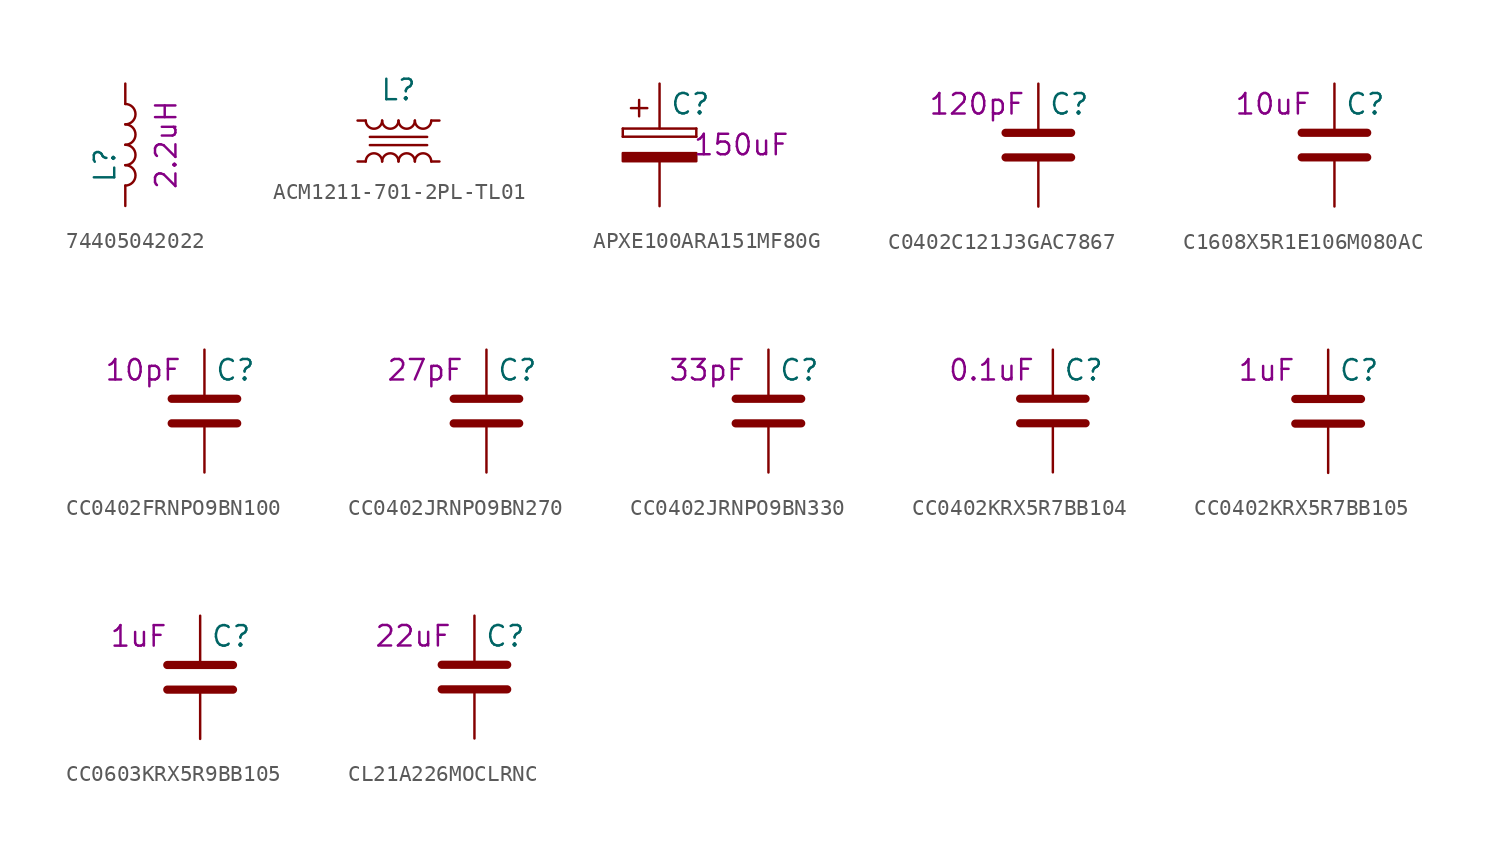
<source format=kicad_sym>
(kicad_symbol_lib
  (version 20201005)
  (generator kicad_symbol_editor)
  (symbol "mte_usb_hub:74405042022"
    (pin_numbers hide)
    (pin_names
      (offset 1.016) hide)
    (property "Reference" "L"
      (at -1.27 -1.27 90)
      (effects (font (size 1.27 1.27))))
    (property "id" "2.2uH"
      (at 2.54 0 90)
      (effects (font (size 1.27 1.27))))
    (symbol "74405042022_0_1"
      (arc (start 0 -2.54) (end 0 -1.27) (radius (at 0 -1.905) (length 0.635) (angles -89.9 89.9)) (stroke (width 0)) (fill (type none)))
      (arc (start 0 -1.27) (end 0 0) (radius (at 0 -0.635) (length 0.635) (angles -89.9 89.9)) (stroke (width 0)) (fill (type none)))
      (arc (start 0 0) (end 0 1.27) (radius (at 0 0.635) (length 0.635) (angles -89.9 89.9)) (stroke (width 0)) (fill (type none)))
      (arc (start 0 1.27) (end 0 2.54) (radius (at 0 1.905) (length 0.635) (angles -89.9 89.9)) (stroke (width 0)) (fill (type none))))
    (symbol "74405042022_1_1"
      (pin passive line (at 0 3.81 270) (length 1.27) (name "1" (effects (font (size 1.27 1.27)))) (number "1" (effects (font (size 1.27 1.27)))))
      (pin passive line (at 0 -3.81 90) (length 1.27) (name "2" (effects (font (size 1.27 1.27)))) (number "2" (effects (font (size 1.27 1.27)))))))
  (symbol "mte_usb_hub:ACM1211-701-2PL-TL01"
    (pin_numbers hide)
    (pin_names
      (offset 0.254) hide)
    (property "Reference" "L"
      (at 0 3.175 0)
      (effects (font (size 1.27 1.27))))
    (symbol "ACM1211-701-2PL-TL01_0_1"
      (arc (start -1.016 -1.27) (end -2.032 -1.27) (radius (at -1.524 -1.27) (length 0.508) (angles 0.1 179.9)) (stroke (width 0)) (fill (type none)))
      (arc (start -2.032 1.27) (end -1.016 1.27) (radius (at -1.524 1.27) (length 0.508) (angles -179.9 -0.1)) (stroke (width 0)) (fill (type none)))
      (arc (start 0 -1.27) (end -1.016 -1.27) (radius (at -0.508 -1.27) (length 0.508) (angles 0.1 179.9)) (stroke (width 0)) (fill (type none)))
      (arc (start -1.016 1.27) (end 0 1.27) (radius (at -0.508 1.27) (length 0.508) (angles -179.9 -0.1)) (stroke (width 0)) (fill (type none)))
      (arc (start 1.016 -1.27) (end 0 -1.27) (radius (at 0.508 -1.27) (length 0.508) (angles 0.1 179.9)) (stroke (width 0)) (fill (type none)))
      (arc (start 0 1.27) (end 1.016 1.27) (radius (at 0.508 1.27) (length 0.508) (angles -179.9 -0.1)) (stroke (width 0)) (fill (type none)))
      (arc (start 2.032 -1.27) (end 1.016 -1.27) (radius (at 1.524 -1.27) (length 0.508) (angles 0.1 179.9)) (stroke (width 0)) (fill (type none)))
      (arc (start 1.016 1.27) (end 2.032 1.27) (radius (at 1.524 1.27) (length 0.508) (angles -179.9 -0.1)) (stroke (width 0)) (fill (type none)))
      (polyline (pts (xy 1.778 -0.254) (xy -1.778 -0.254)) (stroke (width 0)) (fill (type none)))
      (polyline (pts (xy 1.778 0.254) (xy -1.778 0.254)) (stroke (width 0)) (fill (type none))))
    (symbol "ACM1211-701-2PL-TL01_1_1"
      (pin passive line (at -2.54 1.27 0) (length 0.508) (name "1" (effects (font (size 1.27 1.27)))) (number "1" (effects (font (size 1.27 1.27)))))
      (pin passive line (at -2.54 -1.27 0) (length 0.508) (name "2" (effects (font (size 1.27 1.27)))) (number "2" (effects (font (size 1.27 1.27)))))
      (pin passive line (at 2.54 -1.27 180) (length 0.508) (name "3" (effects (font (size 1.27 1.27)))) (number "3" (effects (font (size 1.27 1.27)))))
      (pin passive line (at 2.54 1.27 180) (length 0.508) (name "4" (effects (font (size 1.27 1.27)))) (number "4" (effects (font (size 1.27 1.27)))))))
  (symbol "mte_usb_hub:APXE100ARA151MF80G"
    (pin_numbers hide)
    (pin_names
      (offset 0.254))
    (property "Reference" "C"
      (at 0.635 2.54 0)
      (effects (font (size 1.27 1.27)) (justify left)))
    (property "id" "150uF"
      (at 5.08 0 0)
      (effects (font (size 1.27 1.27))))
    (symbol "APXE100ARA151MF80G_0_1"
      (rectangle (start -2.286 0.508) (end -2.286 1.016) (stroke (width 0)) (fill (type none)))
      (rectangle (start -2.286 0.508) (end 2.286 0.508) (stroke (width 0)) (fill (type none)))
      (rectangle (start 2.286 1.016) (end -2.286 1.016) (stroke (width 0)) (fill (type none)))
      (rectangle (start 2.286 1.016) (end 2.286 0.508) (stroke (width 0)) (fill (type none)))
      (rectangle (start 2.286 -0.508) (end -2.286 -1.016) (stroke (width 0)) (fill (type outline)))
      (polyline (pts (xy -1.778 2.286) (xy -0.762 2.286)) (stroke (width 0)) (fill (type none)))
      (polyline (pts (xy -1.27 2.794) (xy -1.27 1.778)) (stroke (width 0)) (fill (type none))))
    (symbol "APXE100ARA151MF80G_1_1"
      (pin passive line (at 0 3.81 270) (length 2.794) (name "~" (effects (font (size 1.27 1.27)))) (number "1" (effects (font (size 1.27 1.27)))))
      (pin passive line (at 0 -3.81 90) (length 2.794) (name "~" (effects (font (size 1.27 1.27)))) (number "2" (effects (font (size 1.27 1.27)))))))
  (symbol "mte_usb_hub:C0402C121J3GAC7867"
    (pin_numbers hide)
    (pin_names
      (offset 0.254))
    (property "Reference" "C"
      (at 0.635 2.54 0)
      (effects (font (size 1.27 1.27)) (justify left)))
    (property "id" "120pF"
      (at -3.81 2.54 0)
      (effects (font (size 1.27 1.27))))
    (symbol "C0402C121J3GAC7867_0_1"
      (polyline (pts (xy -2.032 -0.762) (xy 2.032 -0.762)) (stroke (width 0.508)) (fill (type none)))
      (polyline (pts (xy -2.032 0.762) (xy 2.032 0.762)) (stroke (width 0.508)) (fill (type none))))
    (symbol "C0402C121J3GAC7867_1_1"
      (pin passive line (at 0 3.81 270) (length 2.794) (name "~" (effects (font (size 1.27 1.27)))) (number "1" (effects (font (size 1.27 1.27)))))
      (pin passive line (at 0 -3.81 90) (length 2.794) (name "~" (effects (font (size 1.27 1.27)))) (number "2" (effects (font (size 1.27 1.27)))))))
  (symbol "mte_usb_hub:C1608X5R1E106M080AC"
    (pin_numbers hide)
    (pin_names
      (offset 0.254))
    (property "Reference" "C"
      (at 0.635 2.54 0)
      (effects (font (size 1.27 1.27)) (justify left)))
    (property "id" "10uF"
      (at -3.81 2.54 0)
      (effects (font (size 1.27 1.27))))
    (symbol "C1608X5R1E106M080AC_0_1"
      (polyline (pts (xy -2.032 -0.762) (xy 2.032 -0.762)) (stroke (width 0.508)) (fill (type none)))
      (polyline (pts (xy -2.032 0.762) (xy 2.032 0.762)) (stroke (width 0.508)) (fill (type none))))
    (symbol "C1608X5R1E106M080AC_1_1"
      (pin passive line (at 0 3.81 270) (length 2.794) (name "~" (effects (font (size 1.27 1.27)))) (number "1" (effects (font (size 1.27 1.27)))))
      (pin passive line (at 0 -3.81 90) (length 2.794) (name "~" (effects (font (size 1.27 1.27)))) (number "2" (effects (font (size 1.27 1.27)))))))
  (symbol "mte_usb_hub:CC0402FRNPO9BN100"
    (pin_numbers hide)
    (pin_names
      (offset 0.254))
    (property "Reference" "C"
      (at 0.635 2.54 0)
      (effects (font (size 1.27 1.27)) (justify left)))
    (property "id" "10pF"
      (at -3.81 2.54 0)
      (effects (font (size 1.27 1.27))))
    (symbol "CC0402FRNPO9BN100_0_1"
      (polyline (pts (xy -2.032 -0.762) (xy 2.032 -0.762)) (stroke (width 0.508)) (fill (type none)))
      (polyline (pts (xy -2.032 0.762) (xy 2.032 0.762)) (stroke (width 0.508)) (fill (type none))))
    (symbol "CC0402FRNPO9BN100_1_1"
      (pin passive line (at 0 3.81 270) (length 2.794) (name "~" (effects (font (size 1.27 1.27)))) (number "1" (effects (font (size 1.27 1.27)))))
      (pin passive line (at 0 -3.81 90) (length 2.794) (name "~" (effects (font (size 1.27 1.27)))) (number "2" (effects (font (size 1.27 1.27)))))))
  (symbol "mte_usb_hub:CC0402JRNPO9BN270"
    (pin_numbers hide)
    (pin_names
      (offset 0.254))
    (property "Reference" "C"
      (at 0.635 2.54 0)
      (effects (font (size 1.27 1.27)) (justify left)))
    (property "id" "27pF"
      (at -3.81 2.54 0)
      (effects (font (size 1.27 1.27))))
    (symbol "CC0402JRNPO9BN270_0_1"
      (polyline (pts (xy -2.032 -0.762) (xy 2.032 -0.762)) (stroke (width 0.508)) (fill (type none)))
      (polyline (pts (xy -2.032 0.762) (xy 2.032 0.762)) (stroke (width 0.508)) (fill (type none))))
    (symbol "CC0402JRNPO9BN270_1_1"
      (pin passive line (at 0 3.81 270) (length 2.794) (name "~" (effects (font (size 1.27 1.27)))) (number "1" (effects (font (size 1.27 1.27)))))
      (pin passive line (at 0 -3.81 90) (length 2.794) (name "~" (effects (font (size 1.27 1.27)))) (number "2" (effects (font (size 1.27 1.27)))))))
  (symbol "mte_usb_hub:CC0402JRNPO9BN330"
    (pin_numbers hide)
    (pin_names
      (offset 0.254))
    (property "Reference" "C"
      (at 0.635 2.54 0)
      (effects (font (size 1.27 1.27)) (justify left)))
    (property "id" "33pF"
      (at -3.81 2.54 0)
      (effects (font (size 1.27 1.27))))
    (symbol "CC0402JRNPO9BN330_0_1"
      (polyline (pts (xy -2.032 -0.762) (xy 2.032 -0.762)) (stroke (width 0.508)) (fill (type none)))
      (polyline (pts (xy -2.032 0.762) (xy 2.032 0.762)) (stroke (width 0.508)) (fill (type none))))
    (symbol "CC0402JRNPO9BN330_1_1"
      (pin passive line (at 0 3.81 270) (length 2.794) (name "~" (effects (font (size 1.27 1.27)))) (number "1" (effects (font (size 1.27 1.27)))))
      (pin passive line (at 0 -3.81 90) (length 2.794) (name "~" (effects (font (size 1.27 1.27)))) (number "2" (effects (font (size 1.27 1.27)))))))
  (symbol "mte_usb_hub:CC0402KRX5R7BB104"
    (pin_numbers hide)
    (pin_names
      (offset 0.254))
    (property "Reference" "C"
      (at 0.635 2.54 0)
      (effects (font (size 1.27 1.27)) (justify left)))
    (property "id" "0.1uF"
      (at -3.81 2.54 0)
      (effects (font (size 1.27 1.27))))
    (symbol "CC0402KRX5R7BB104_0_1"
      (polyline (pts (xy -2.032 -0.762) (xy 2.032 -0.762)) (stroke (width 0.508)) (fill (type none)))
      (polyline (pts (xy -2.032 0.762) (xy 2.032 0.762)) (stroke (width 0.508)) (fill (type none))))
    (symbol "CC0402KRX5R7BB104_1_1"
      (pin passive line (at 0 3.81 270) (length 2.794) (name "~" (effects (font (size 1.27 1.27)))) (number "1" (effects (font (size 1.27 1.27)))))
      (pin passive line (at 0 -3.81 90) (length 2.794) (name "~" (effects (font (size 1.27 1.27)))) (number "2" (effects (font (size 1.27 1.27)))))))
  (symbol "mte_usb_hub:CC0402KRX5R7BB105"
    (pin_numbers hide)
    (pin_names
      (offset 0.254))
    (property "Reference" "C"
      (at 0.635 2.54 0)
      (effects (font (size 1.27 1.27)) (justify left)))
    (property "id" "1uF"
      (at -3.81 2.54 0)
      (effects (font (size 1.27 1.27))))
    (symbol "CC0402KRX5R7BB105_0_1"
      (polyline (pts (xy -2.032 -0.762) (xy 2.032 -0.762)) (stroke (width 0.508)) (fill (type none)))
      (polyline (pts (xy -2.032 0.762) (xy 2.032 0.762)) (stroke (width 0.508)) (fill (type none))))
    (symbol "CC0402KRX5R7BB105_1_1"
      (pin passive line (at 0 3.81 270) (length 2.794) (name "~" (effects (font (size 1.27 1.27)))) (number "1" (effects (font (size 1.27 1.27)))))
      (pin passive line (at 0 -3.81 90) (length 2.794) (name "~" (effects (font (size 1.27 1.27)))) (number "2" (effects (font (size 1.27 1.27)))))))
  (symbol "mte_usb_hub:CC0603KRX5R9BB105"
    (pin_numbers hide)
    (pin_names
      (offset 0.254))
    (property "Reference" "C"
      (at 0.635 2.54 0)
      (effects (font (size 1.27 1.27)) (justify left)))
    (property "id" "1uF"
      (at -3.81 2.54 0)
      (effects (font (size 1.27 1.27))))
    (symbol "CC0603KRX5R9BB105_0_1"
      (polyline (pts (xy -2.032 -0.762) (xy 2.032 -0.762)) (stroke (width 0.508)) (fill (type none)))
      (polyline (pts (xy -2.032 0.762) (xy 2.032 0.762)) (stroke (width 0.508)) (fill (type none))))
    (symbol "CC0603KRX5R9BB105_1_1"
      (pin passive line (at 0 3.81 270) (length 2.794) (name "~" (effects (font (size 1.27 1.27)))) (number "1" (effects (font (size 1.27 1.27)))))
      (pin passive line (at 0 -3.81 90) (length 2.794) (name "~" (effects (font (size 1.27 1.27)))) (number "2" (effects (font (size 1.27 1.27)))))))
  (symbol "mte_usb_hub:CL21A226MOCLRNC"
    (pin_numbers hide)
    (pin_names
      (offset 0.254))
    (property "Reference" "C"
      (at 0.635 2.54 0)
      (effects (font (size 1.27 1.27)) (justify left)))
    (property "id" "22uF"
      (at -3.81 2.54 0)
      (effects (font (size 1.27 1.27))))
    (symbol "CL21A226MOCLRNC_0_1"
      (polyline (pts (xy -2.032 -0.762) (xy 2.032 -0.762)) (stroke (width 0.508)) (fill (type none)))
      (polyline (pts (xy -2.032 0.762) (xy 2.032 0.762)) (stroke (width 0.508)) (fill (type none))))
    (symbol "CL21A226MOCLRNC_1_1"
      (pin passive line (at 0 3.81 270) (length 2.794) (name "~" (effects (font (size 1.27 1.27)))) (number "1" (effects (font (size 1.27 1.27)))))
      (pin passive line (at 0 -3.81 90) (length 2.794) (name "~" (effects (font (size 1.27 1.27)))) (number "2" (effects (font (size 1.27 1.27))))))))
</source>
